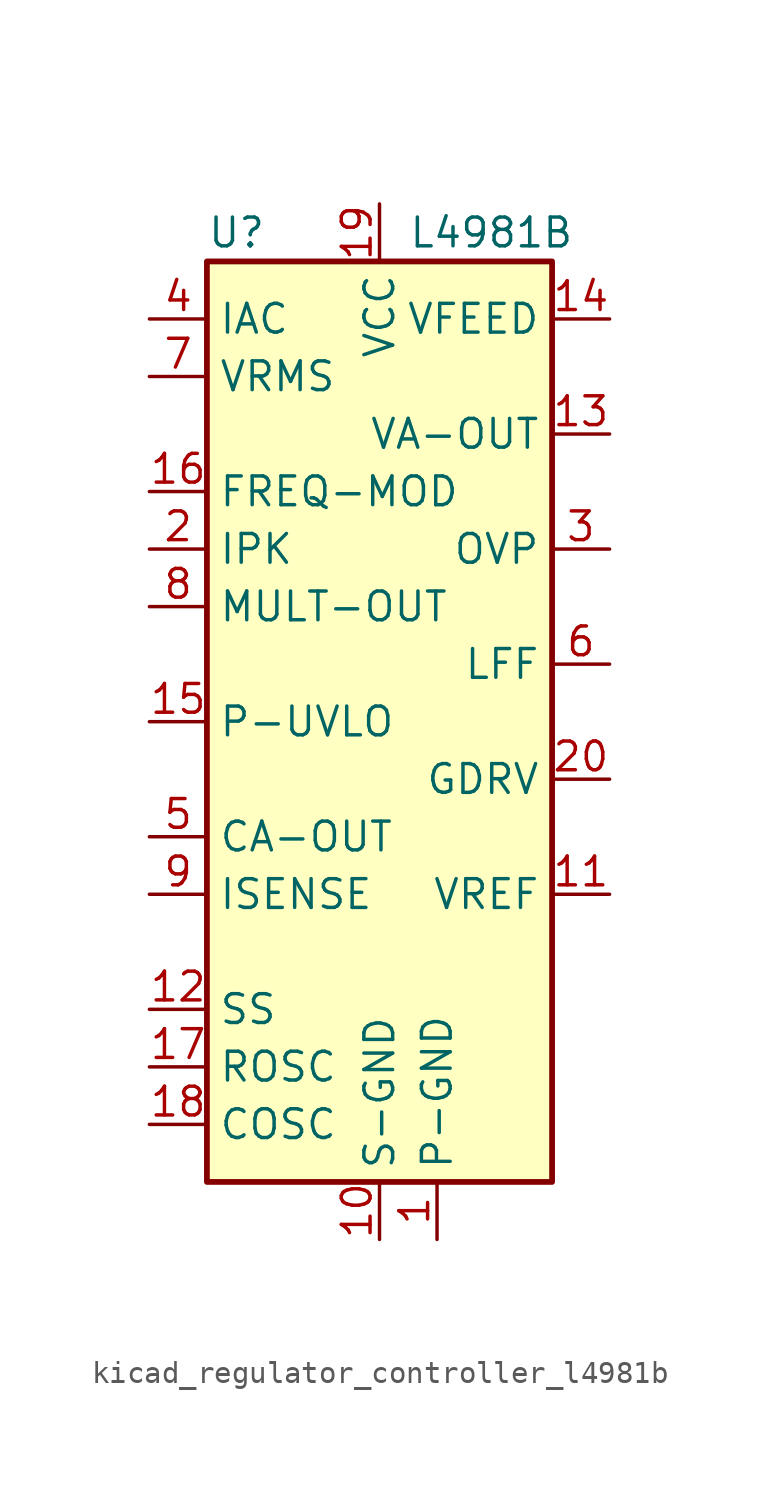
<source format=kicad_sym>
(kicad_symbol_lib
  (version 20220914)
  (generator kicad_symbol_editor)
  (symbol "kicad_regulator_controller_l4981b"
    (property "Reference" "U"
      (at -7.62 21.59 0)
      (effects (font (size 1.27 1.27)) (justify left)))
    (property "Value" "L4981B"
      (at 1.27 21.59 0)
      (effects (font (size 1.27 1.27)) (justify left)))
    (symbol "kicad_regulator_controller_l4981b_0_0"
      (rectangle (start -7.62 20.32) (end 7.62 -20.32) (stroke (width 0.254) (type default)) (fill (type background))))
    (symbol "kicad_regulator_controller_l4981b_1_1"
      (pin power_in line (at 2.54 -22.86 90) (length 2.54) (name "P-GND" (effects (font (size 1.27 1.27)))) (number "1" (effects (font (size 1.27 1.27)))))
      (pin power_in line (at 0 -22.86 90) (length 2.54) (name "S-GND" (effects (font (size 1.27 1.27)))) (number "10" (effects (font (size 1.27 1.27)))))
      (pin output line (at 10.16 -7.62 180) (length 2.54) (name "VREF" (effects (font (size 1.27 1.27)))) (number "11" (effects (font (size 1.27 1.27)))))
      (pin passive line (at -10.16 -12.7 0) (length 2.54) (name "SS" (effects (font (size 1.27 1.27)))) (number "12" (effects (font (size 1.27 1.27)))))
      (pin output line (at 10.16 12.7 180) (length 2.54) (name "VA-OUT" (effects (font (size 1.27 1.27)))) (number "13" (effects (font (size 1.27 1.27)))))
      (pin input line (at 10.16 17.78 180) (length 2.54) (name "VFEED" (effects (font (size 1.27 1.27)))) (number "14" (effects (font (size 1.27 1.27)))))
      (pin input line (at -10.16 0 0) (length 2.54) (name "P-UVLO" (effects (font (size 1.27 1.27)))) (number "15" (effects (font (size 1.27 1.27)))))
      (pin input line (at -10.16 10.16 0) (length 2.54) (name "FREQ-MOD" (effects (font (size 1.27 1.27)))) (number "16" (effects (font (size 1.27 1.27)))))
      (pin passive line (at -10.16 -15.24 0) (length 2.54) (name "ROSC" (effects (font (size 1.27 1.27)))) (number "17" (effects (font (size 1.27 1.27)))))
      (pin passive line (at -10.16 -17.78 0) (length 2.54) (name "COSC" (effects (font (size 1.27 1.27)))) (number "18" (effects (font (size 1.27 1.27)))))
      (pin power_in line (at 0 22.86 270) (length 2.54) (name "VCC" (effects (font (size 1.27 1.27)))) (number "19" (effects (font (size 1.27 1.27)))))
      (pin input line (at -10.16 7.62 0) (length 2.54) (name "IPK" (effects (font (size 1.27 1.27)))) (number "2" (effects (font (size 1.27 1.27)))))
      (pin output line (at 10.16 -2.54 180) (length 2.54) (name "GDRV" (effects (font (size 1.27 1.27)))) (number "20" (effects (font (size 1.27 1.27)))))
      (pin input line (at 10.16 7.62 180) (length 2.54) (name "OVP" (effects (font (size 1.27 1.27)))) (number "3" (effects (font (size 1.27 1.27)))))
      (pin input line (at -10.16 17.78 0) (length 2.54) (name "IAC" (effects (font (size 1.27 1.27)))) (number "4" (effects (font (size 1.27 1.27)))))
      (pin output line (at -10.16 -5.08 0) (length 2.54) (name "CA-OUT" (effects (font (size 1.27 1.27)))) (number "5" (effects (font (size 1.27 1.27)))))
      (pin input line (at 10.16 2.54 180) (length 2.54) (name "LFF" (effects (font (size 1.27 1.27)))) (number "6" (effects (font (size 1.27 1.27)))))
      (pin input line (at -10.16 15.24 0) (length 2.54) (name "VRMS" (effects (font (size 1.27 1.27)))) (number "7" (effects (font (size 1.27 1.27)))))
      (pin output line (at -10.16 5.08 0) (length 2.54) (name "MULT-OUT" (effects (font (size 1.27 1.27)))) (number "8" (effects (font (size 1.27 1.27)))))
      (pin input line (at -10.16 -7.62 0) (length 2.54) (name "ISENSE" (effects (font (size 1.27 1.27)))) (number "9" (effects (font (size 1.27 1.27))))))))
</source>
